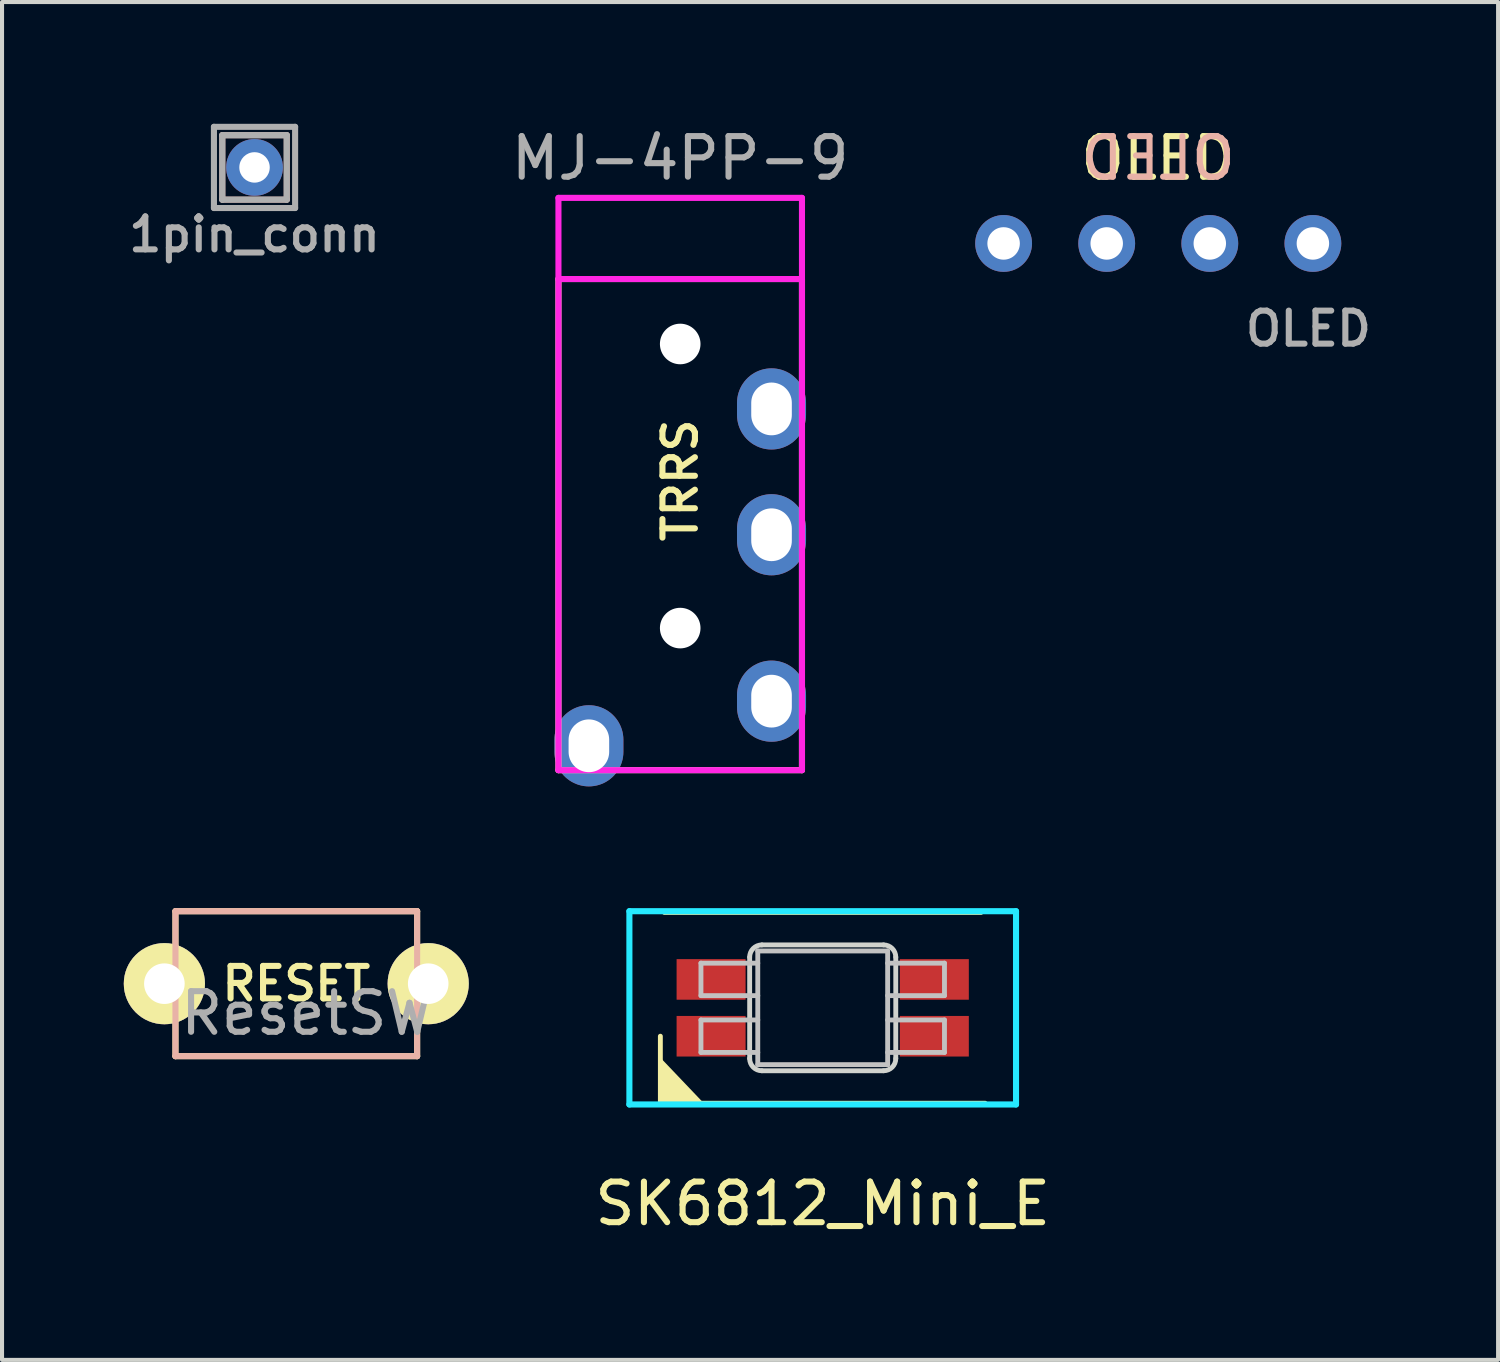
<source format=kicad_pcb>
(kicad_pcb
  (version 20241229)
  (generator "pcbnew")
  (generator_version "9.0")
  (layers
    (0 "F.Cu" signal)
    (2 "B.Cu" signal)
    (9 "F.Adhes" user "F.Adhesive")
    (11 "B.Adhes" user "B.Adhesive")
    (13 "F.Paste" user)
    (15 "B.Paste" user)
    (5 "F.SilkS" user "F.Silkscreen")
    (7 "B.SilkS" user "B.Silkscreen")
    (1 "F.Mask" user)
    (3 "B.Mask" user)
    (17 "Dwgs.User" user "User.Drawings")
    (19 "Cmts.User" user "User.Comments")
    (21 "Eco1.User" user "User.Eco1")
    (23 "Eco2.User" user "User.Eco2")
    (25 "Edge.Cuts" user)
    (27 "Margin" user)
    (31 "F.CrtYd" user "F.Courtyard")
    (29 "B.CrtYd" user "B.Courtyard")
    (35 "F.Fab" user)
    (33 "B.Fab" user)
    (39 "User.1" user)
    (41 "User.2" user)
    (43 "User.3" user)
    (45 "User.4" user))
  (footprint "MJ-4PP-9"
    (layer "F.Cu")
    (at 13.709 3.825)
    (property "Reference" "MJ-4PP-9" (at 0 -2.977 0) (layer "F.Fab") (effects (font (size 1 1) (thickness 0.15))))
    (attr through_hole)
    (fp_line (start -3 0) (end 3 0) (stroke (width 0.15) (type solid)) (layer "F.SilkS"))
    (fp_line (start -3 12.1) (end -3 0) (stroke (width 0.15) (type solid)) (layer "F.SilkS"))
    (fp_line (start 3 0) (end 3 12.1) (stroke (width 0.15) (type solid)) (layer "F.SilkS"))
    (fp_line (start 3 12.1) (end -3 12.1) (stroke (width 0.15) (type solid)) (layer "F.SilkS"))
    (fp_line (start -3 -2) (end 3 -2) (stroke (width 0.15) (type solid)) (layer "F.CrtYd"))
    (fp_line (start -3 0) (end 3 0) (stroke (width 0.15) (type solid)) (layer "F.CrtYd"))
    (fp_line (start -3 12.1) (end -3 -2) (stroke (width 0.15) (type solid)) (layer "F.CrtYd"))
    (fp_line (start 3 -2) (end 3 12.1) (stroke (width 0.15) (type solid)) (layer "F.CrtYd"))
    (fp_line (start 3 12.1) (end -3 12.1) (stroke (width 0.15) (type solid)) (layer "F.CrtYd"))
    (fp_text user "TRRS" (at 0 4.961 90) (layer "F.SilkS") (effects (font (size 0.8 0.8) (thickness 0.15))))
    (pad "" np_thru_hole circle (at 0 1.6) (size 1 1) (drill 1) (layers "*.Cu" "*.Mask"))
    (pad "" np_thru_hole circle (at 0 8.6) (size 1 1) (drill 1) (layers "*.Cu" "*.Mask"))
    (pad "A" thru_hole oval (at -2.25 11.5) (size 1.7 2) (drill oval 1 1.3) (layers "*.Cu" "*.Mask"))
    (pad "B" thru_hole oval (at 2.25 3.2) (size 1.7 2) (drill oval 1 1.3) (layers "*.Cu" "*.Mask"))
    (pad "C" thru_hole oval (at 2.25 6.3) (size 1.7 2) (drill oval 1 1.3) (layers "*.Cu" "*.Mask"))
    (pad "D" thru_hole oval (at 2.25 10.4) (size 1.7 2) (drill oval 1 1.3) (layers "*.Cu" "*.Mask")))
  (footprint "SK6812_Mini_E"
    (layer "F.Cu")
    (at 17.22 21.781)
    (property "Reference" "SK6812_Mini_E" (at 0 4.826 0) (layer "F.SilkS") (effects (font (size 1 1) (thickness 0.15))))
    (attr through_hole)
    (fp_line (start -4 2.35) (end -4 0.699) (stroke (width 0.12) (type solid)) (layer "F.SilkS"))
    (fp_line (start 3.9 -2.35) (end -3.9 -2.35) (stroke (width 0.12) (type solid)) (layer "F.SilkS"))
    (fp_line (start 4 2.35) (end -4 2.35) (stroke (width 0.12) (type solid)) (layer "F.SilkS"))
    (fp_poly (pts (xy -3 2.349) (xy -4 1.299) (xy -4 2.35)) (stroke (width 0.1) (type solid)) (fill yes) (layer "F.SilkS"))
    (fp_line (start -3 -1.101) (end -1.6 -1.101) (stroke (width 0.12) (type solid)) (layer "Dwgs.User"))
    (fp_line (start -3 -0.301) (end -3 -1.101) (stroke (width 0.12) (type solid)) (layer "Dwgs.User"))
    (fp_line (start -3 0.299) (end -1.6 0.299) (stroke (width 0.12) (type solid)) (layer "Dwgs.User"))
    (fp_line (start -3 1.099) (end -3 0.299) (stroke (width 0.12) (type solid)) (layer "Dwgs.User"))
    (fp_line (start -1.6 -1.401) (end -1.6 1.399) (stroke (width 0.12) (type solid)) (layer "Dwgs.User"))
    (fp_line (start -1.6 -0.301) (end -3 -0.301) (stroke (width 0.12) (type solid)) (layer "Dwgs.User"))
    (fp_line (start -1.6 1.099) (end -3 1.099) (stroke (width 0.12) (type solid)) (layer "Dwgs.User"))
    (fp_line (start -1.6 1.399) (end 1.6 1.399) (stroke (width 0.12) (type solid)) (layer "Dwgs.User"))
    (fp_line (start 1.6 -1.401) (end -1.6 -1.401) (stroke (width 0.12) (type solid)) (layer "Dwgs.User"))
    (fp_line (start 1.6 -0.301) (end 3 -0.301) (stroke (width 0.12) (type solid)) (layer "Dwgs.User"))
    (fp_line (start 1.6 1.099) (end 3 1.099) (stroke (width 0.12) (type solid)) (layer "Dwgs.User"))
    (fp_line (start 1.6 1.399) (end 1.6 -1.401) (stroke (width 0.12) (type solid)) (layer "Dwgs.User"))
    (fp_line (start 3 -1.101) (end 1.6 -1.101) (stroke (width 0.12) (type solid)) (layer "Dwgs.User"))
    (fp_line (start 3 -0.301) (end 3 -1.101) (stroke (width 0.12) (type solid)) (layer "Dwgs.User"))
    (fp_line (start 3 0.299) (end 1.6 0.299) (stroke (width 0.12) (type solid)) (layer "Dwgs.User"))
    (fp_line (start 3 1.099) (end 3 0.299) (stroke (width 0.12) (type solid)) (layer "Dwgs.User"))
    (fp_line (start -1.8 -1.25) (end -1.8 1.25) (stroke (width 0.12) (type solid)) (layer "Edge.Cuts"))
    (fp_line (start -1.5 1.55) (end 1.5 1.55) (stroke (width 0.12) (type solid)) (layer "Edge.Cuts"))
    (fp_line (start 1.5 -1.55) (end -1.5 -1.55) (stroke (width 0.12) (type solid)) (layer "Edge.Cuts"))
    (fp_line (start 1.8 1.25) (end 1.8 -1.25) (stroke (width 0.12) (type solid)) (layer "Edge.Cuts"))
    (fp_arc (start -1.8 -1.25) (mid -1.712132 -1.462132) (end -1.5 -1.55) (stroke (width 0.12) (type solid)) (layer "Edge.Cuts"))
    (fp_arc (start -1.5 1.55) (mid -1.712132 1.462132) (end -1.8 1.25) (stroke (width 0.12) (type solid)) (layer "Edge.Cuts"))
    (fp_arc (start 1.5 -1.55) (mid 1.712132 -1.462132) (end 1.8 -1.25) (stroke (width 0.12) (type solid)) (layer "Edge.Cuts"))
    (fp_arc (start 1.8 1.25) (mid 1.712132 1.462132) (end 1.5 1.55) (stroke (width 0.12) (type solid)) (layer "Edge.Cuts"))
    (fp_line (start -4.763 -2.381) (end -4.763 2.381) (stroke (width 0.15) (type solid)) (layer "B.CrtYd"))
    (fp_line (start -4.763 2.381) (end 4.763 2.381) (stroke (width 0.15) (type solid)) (layer "B.CrtYd"))
    (fp_line (start 4.763 -2.381) (end -4.763 -2.381) (stroke (width 0.15) (type solid)) (layer "B.CrtYd"))
    (fp_line (start 4.763 2.381) (end 4.763 -2.381) (stroke (width 0.15) (type solid)) (layer "B.CrtYd"))
    (pad "1" smd rect (at 2.75 -0.7 180) (size 1.7 1) (layers "F.Cu" "F.Mask" "F.Paste"))
    (pad "2" smd rect (at 2.75 0.7 180) (size 1.7 1) (layers "F.Cu" "F.Mask" "F.Paste"))
    (pad "3" smd rect (at -2.75 0.7 180) (size 1.7 1) (layers "F.Cu" "F.Mask" "F.Paste"))
    (pad "4" smd rect (at -2.75 -0.7 180) (size 1.7 1) (layers "F.Cu" "F.Mask" "F.Paste")))
  (footprint "OLED"
    (layer "F.Cu")
    (at 25.487 2.948)
    (property "Reference" "OLED" (at 3.7 2.1 180) (layer "F.Fab") (effects (font (size 0.813 0.813) (thickness 0.15))))
    (attr through_hole)
    (fp_text user "OLED" (at -0.01 -2.1 0) (layer "F.SilkS") (effects (font (size 1 1) (thickness 0.15))))
    (fp_text user "OLED" (at 0 -2.1 0) (layer "B.SilkS") (effects (font (size 1 1) (thickness 0.15)) (justify mirror)))
    (pad "1" thru_hole circle (at -3.81 0) (size 1.4 1.4) (drill 0.8) (layers "*.Cu" "*.Mask"))
    (pad "2" thru_hole circle (at -1.27 0) (size 1.4 1.4) (drill 0.8) (layers "*.Cu" "*.Mask"))
    (pad "3" thru_hole circle (at 1.27 0) (size 1.4 1.4) (drill 0.8) (layers "*.Cu" "*.Mask"))
    (pad "4" thru_hole circle (at 3.81 0) (size 1.4 1.4) (drill 0.8) (layers "*.Cu" "*.Mask")))
  (footprint "ResetSW"
    (layer "F.Cu")
    (at 4.25 21.186)
    (property "Reference" "ResetSW" (at 0.265 0.73 0) (layer "F.Fab") (effects (font (size 1 1) (thickness 0.15))))
    (attr through_hole)
    (fp_line (start -2.977 -1.786) (end 2.977 -1.786) (stroke (width 0.15) (type solid)) (layer "F.SilkS"))
    (fp_line (start -2.977 1.786) (end -2.977 -1.786) (stroke (width 0.15) (type solid)) (layer "F.SilkS"))
    (fp_line (start 2.977 -1.786) (end 2.977 1.786) (stroke (width 0.15) (type solid)) (layer "F.SilkS"))
    (fp_line (start 2.977 1.786) (end -2.977 1.786) (stroke (width 0.15) (type solid)) (layer "F.SilkS"))
    (fp_line (start -2.977 -1.786) (end 2.977 -1.786) (stroke (width 0.15) (type solid)) (layer "B.SilkS"))
    (fp_line (start -2.977 1.786) (end -2.977 -1.786) (stroke (width 0.15) (type solid)) (layer "B.SilkS"))
    (fp_line (start 2.977 -1.786) (end 2.977 1.786) (stroke (width 0.15) (type solid)) (layer "B.SilkS"))
    (fp_line (start 2.977 1.786) (end -2.977 1.786) (stroke (width 0.15) (type solid)) (layer "B.SilkS"))
    (fp_text user "RESET" (at 0 0 0) (layer "F.SilkS") (effects (font (size 0.8 0.8) (thickness 0.15))))
    (pad "1" thru_hole circle (at 3.25 0) (size 2 2) (drill 1) (layers "*.Cu" "*.Mask" "F.SilkS"))
    (pad "2" thru_hole circle (at -3.25 0) (size 2 2) (drill 1) (layers "*.Cu" "*.Mask" "F.SilkS")))
  (footprint "1pin_conn"
    (layer "F.Cu")
    (at 3.221 1.075)
    (property "Reference" "1pin_conn" (at 0 1.651 0) (layer "F.Fab") (effects (font (size 0.813 0.813) (thickness 0.15))))
    (attr through_hole)
    (fp_line (start -0.794 -0.794) (end -0.794 0.794) (stroke (width 0.15) (type solid)) (layer "B.SilkS"))
    (fp_line (start -0.794 0.794) (end 0.794 0.794) (stroke (width 0.15) (type solid)) (layer "B.SilkS"))
    (fp_line (start 0.794 -0.794) (end -0.794 -0.794) (stroke (width 0.15) (type solid)) (layer "B.SilkS"))
    (fp_line (start 0.794 0.794) (end 0.794 -0.794) (stroke (width 0.15) (type solid)) (layer "B.SilkS"))
    (fp_line (start -1 -1) (end -1 1) (stroke (width 0.15) (type solid)) (layer "F.Fab"))
    (fp_line (start -1 1) (end 1 1) (stroke (width 0.15) (type solid)) (layer "F.Fab"))
    (fp_line (start -0.794 -0.794) (end 0.794 -0.794) (stroke (width 0.15) (type solid)) (layer "F.Fab"))
    (fp_line (start -0.794 0.794) (end -0.794 -0.794) (stroke (width 0.15) (type solid)) (layer "F.Fab"))
    (fp_line (start 0.794 -0.794) (end 0.794 0.794) (stroke (width 0.15) (type solid)) (layer "F.Fab"))
    (fp_line (start 0.794 0.794) (end -0.794 0.794) (stroke (width 0.15) (type solid)) (layer "F.Fab"))
    (fp_line (start 1 -1) (end -1 -1) (stroke (width 0.15) (type solid)) (layer "F.Fab"))
    (fp_line (start 1 1) (end 1 -1) (stroke (width 0.15) (type solid)) (layer "F.Fab"))
    (pad "1" thru_hole circle (at 0 0) (size 1.4 1.4) (drill 0.75) (layers "*.Cu" "*.Mask")))
  (gr_rect
    (start -3 -3)
    (end 33.86 30.455)
    (stroke (width 0.1) (type default))
    (fill no)
    (layer "Edge.Cuts")))
</source>
